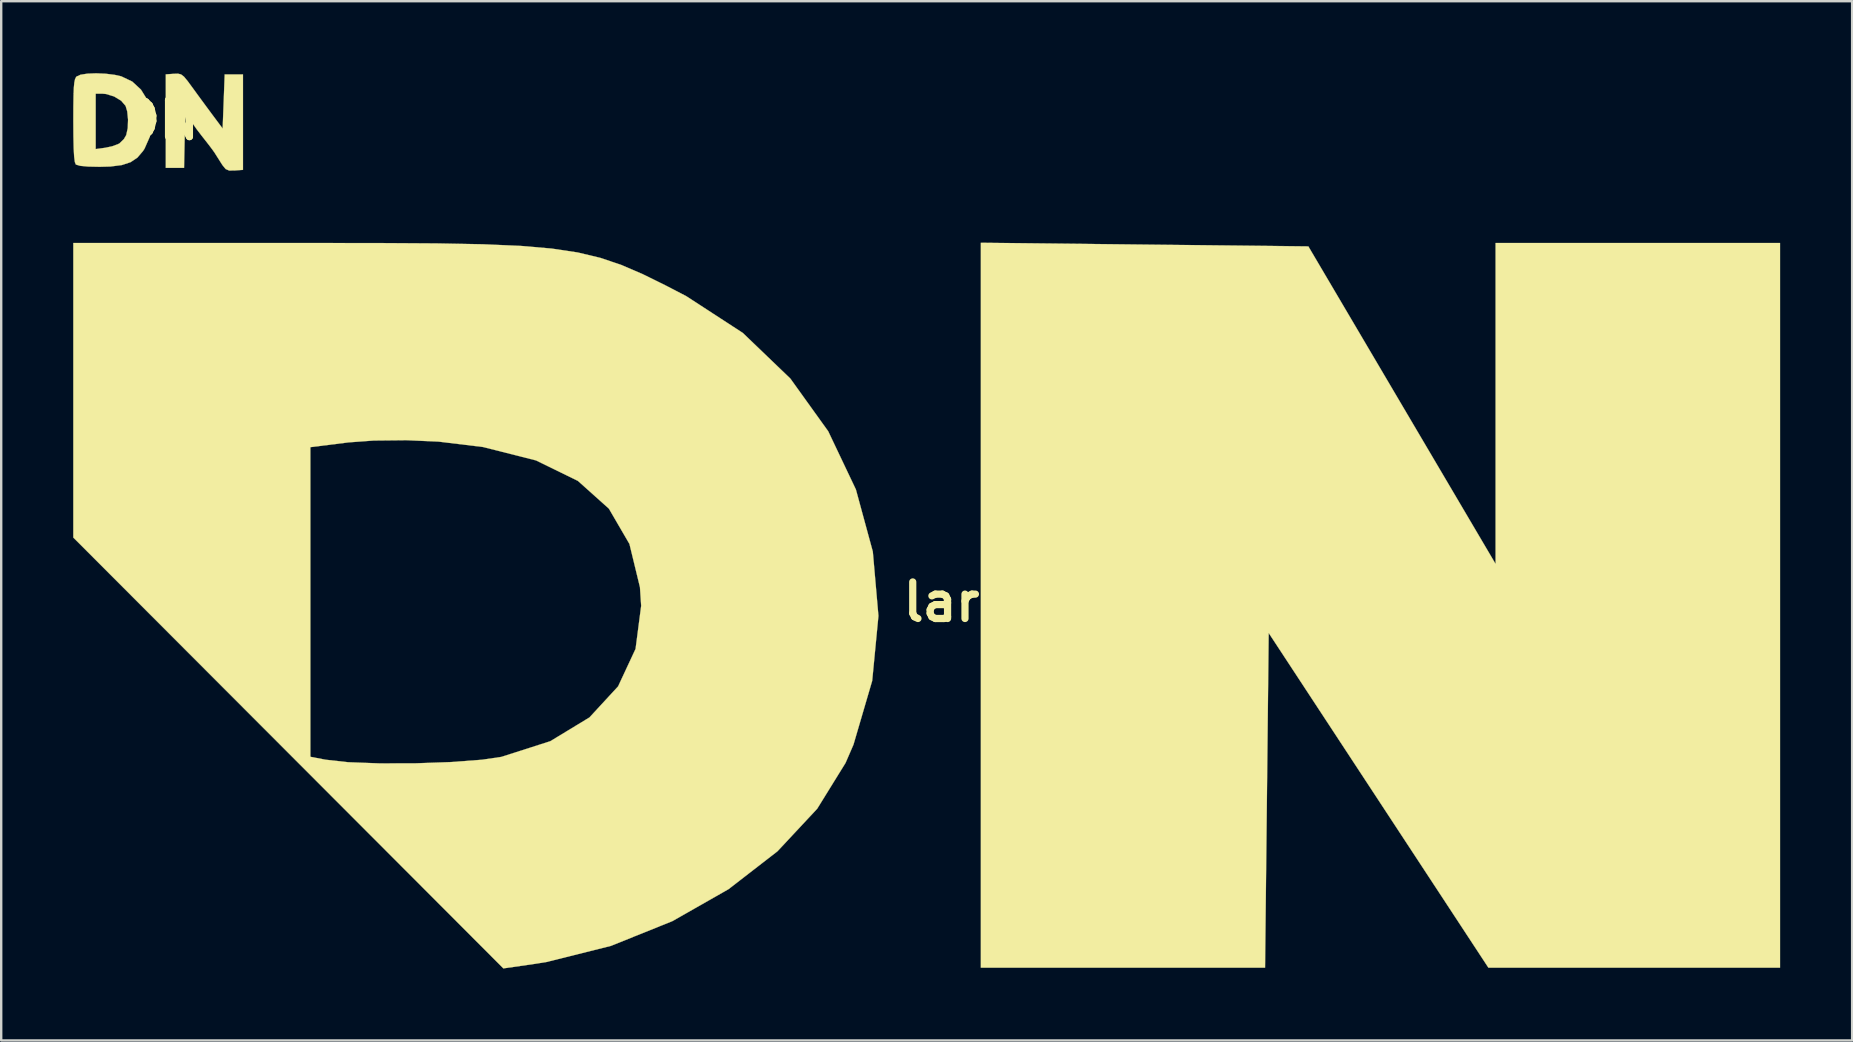
<source format=kicad_pcb>
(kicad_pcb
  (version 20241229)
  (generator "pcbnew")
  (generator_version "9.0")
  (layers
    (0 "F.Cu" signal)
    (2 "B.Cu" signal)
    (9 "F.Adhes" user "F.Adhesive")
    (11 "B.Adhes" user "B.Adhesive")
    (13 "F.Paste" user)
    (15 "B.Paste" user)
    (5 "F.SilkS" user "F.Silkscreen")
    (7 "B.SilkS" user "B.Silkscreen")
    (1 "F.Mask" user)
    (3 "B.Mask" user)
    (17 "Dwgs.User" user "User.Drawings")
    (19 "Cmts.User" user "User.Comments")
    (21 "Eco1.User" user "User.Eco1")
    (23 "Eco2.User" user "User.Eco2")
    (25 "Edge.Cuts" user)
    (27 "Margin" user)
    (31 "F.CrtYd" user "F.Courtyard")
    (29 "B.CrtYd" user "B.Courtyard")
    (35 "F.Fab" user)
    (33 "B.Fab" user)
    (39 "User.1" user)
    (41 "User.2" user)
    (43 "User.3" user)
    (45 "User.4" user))
  (footprint "DN"
    (layer "F.Cu")
    (at 3.646 1.954)
    (property "Reference" "DN" (at 0 0 0) (layer "F.SilkS") (effects (font (size 1.524 1.524) (thickness 0.3))))
    (attr through_hole)
    (fp_poly (pts (xy 0.848 -1.903) (xy 0.97 -1.81) (xy 1.122 -1.627) (xy 1.304 -1.379) (xy 1.573 -1.01) (xy 1.877 -0.596) (xy 2.151 -0.226) (xy 2.582 0.352) (xy 2.625 -0.777) (xy 2.667 -1.905) (xy 3.429 -1.905) (xy 3.429 2.074) (xy 3.08 2.1) (xy 2.852 2.102) (xy 2.708 2.041) (xy 2.576 1.88) (xy 2.53 1.809) (xy 2.385 1.58) (xy 2.268 1.394) (xy 2.244 1.356) (xy 2.153 1.228) (xy 1.988 1.01) (xy 1.778 0.742) (xy 1.714 0.661) (xy 1.511 0.396) (xy 1.356 0.177) (xy 1.276 0.041) (xy 1.27 0.02) (xy 1.212 -0.099) (xy 1.146 -0.167) (xy 1.095 -0.19) (xy 1.058 -0.146) (xy 1.033 -0.012) (xy 1.016 0.235) (xy 1.003 0.617) (xy 0.997 0.86) (xy 0.974 1.99) (xy 0.212 1.99) (xy 0.212 -1.905) (xy 0.55 -1.929) (xy 0.721 -1.934) (xy 0.848 -1.903)) (stroke (width 0.01) (type solid)) (fill yes) (layer "F.SilkS"))
    (fp_poly (pts (xy -2.293 -1.932) (xy -1.91 -1.884) (xy -1.643 -1.823) (xy -1.185 -1.605) (xy -0.821 -1.269) (xy -0.557 -0.843) (xy -0.402 -0.356) (xy -0.364 0.165) (xy -0.452 0.691) (xy -0.674 1.193) (xy -0.736 1.288) (xy -0.968 1.562) (xy -1.252 1.753) (xy -1.617 1.874) (xy -2.094 1.935) (xy -2.55 1.947) (xy -3.027 1.937) (xy -3.356 1.906) (xy -3.527 1.855) (xy -3.539 1.846) (xy -3.578 1.745) (xy -3.606 1.524) (xy -3.624 1.208) (xy -2.709 1.208) (xy -2.313 1.154) (xy -2.026 1.093) (xy -1.779 1.003) (xy -1.716 0.969) (xy -1.533 0.791) (xy -1.436 0.625) (xy -1.373 0.336) (xy -1.36 -0.019) (xy -1.394 -0.361) (xy -1.463 -0.593) (xy -1.649 -0.808) (xy -1.941 -0.984) (xy -2.276 -1.087) (xy -2.434 -1.101) (xy -2.709 -1.101) (xy -2.709 1.208) (xy -3.624 1.208) (xy -3.626 1.168) (xy -3.637 0.667) (xy -3.641 0.031) (xy -3.639 -0.565) (xy -3.632 -1.014) (xy -3.62 -1.339) (xy -3.599 -1.562) (xy -3.569 -1.705) (xy -3.527 -1.791) (xy -3.508 -1.814) (xy -3.341 -1.89) (xy -3.053 -1.935) (xy -2.689 -1.949) (xy -2.293 -1.932)) (stroke (width 0.01) (type solid)) (fill yes) (layer "F.SilkS")))
  (footprint "dn large"
    (layer "F.Cu")
    (at 35.565 22.034)
    (property "Reference" "dn large" (at 0 0 0) (layer "F.SilkS") (effects (font (size 1.524 1.524) (thickness 0.3))))
    (attr through_hole)
    (fp_poly (pts (xy 9.081 -14.892) (xy 15.905 -14.817) (xy 19.806 -8.201) (xy 23.707 -1.585) (xy 23.707 -14.958) (xy 35.56 -14.958) (xy 35.56 15.24) (xy 23.408 15.24) (xy 18.83 8.266) (xy 14.252 1.292) (xy 14.177 8.266) (xy 14.101 15.24) (xy 2.258 15.24) (xy 2.258 -14.968) (xy 9.081 -14.892)) (stroke (width 0.01) (type solid)) (fill yes) (layer "F.SilkS"))
    (fp_poly (pts (xy -22.751 -14.955) (xy -20.408 -14.941) (xy -18.487 -14.905) (xy -16.917 -14.837) (xy -15.626 -14.726) (xy -14.544 -14.564) (xy -13.599 -14.339) (xy -12.721 -14.042) (xy -11.837 -13.662) (xy -10.877 -13.189) (xy -10.02 -12.744) (xy -7.662 -11.211) (xy -5.682 -9.311) (xy -4.103 -7.113) (xy -2.949 -4.686) (xy -2.244 -2.098) (xy -2.01 0.582) (xy -2.27 3.285) (xy -3.05 5.945) (xy -3.381 6.708) (xy -4.562 8.617) (xy -6.216 10.389) (xy -8.257 11.969) (xy -10.599 13.302) (xy -13.155 14.331) (xy -15.841 15.003) (xy -16.369 15.087) (xy -17.639 15.27) (xy -26.599 6.293) (xy -35.56 -2.684) (xy -35.56 -6.45) (xy -25.682 -6.45) (xy -25.682 6.452) (xy -25.047 6.574) (xy -24.112 6.678) (xy -22.804 6.727) (xy -21.313 6.724) (xy -19.827 6.672) (xy -18.535 6.575) (xy -17.723 6.456) (xy -15.683 5.802) (xy -14.052 4.812) (xy -12.859 3.519) (xy -12.131 1.957) (xy -11.897 0.161) (xy -11.948 -0.616) (xy -12.385 -2.416) (xy -13.242 -3.888) (xy -14.534 -5.045) (xy -16.278 -5.898) (xy -18.488 -6.457) (xy -20.344 -6.682) (xy -21.673 -6.74) (xy -23.043 -6.726) (xy -24.084 -6.65) (xy -25.682 -6.45) (xy -35.56 -6.45) (xy -35.56 -14.958) (xy -25.588 -14.958) (xy -22.751 -14.955)) (stroke (width 0.01) (type solid)) (fill yes) (layer "F.SilkS")))
  (gr_rect
    (start -3 -3)
    (end 74.13 40.308)
    (stroke (width 0.1) (type default))
    (fill no)
    (layer "Edge.Cuts")))
</source>
